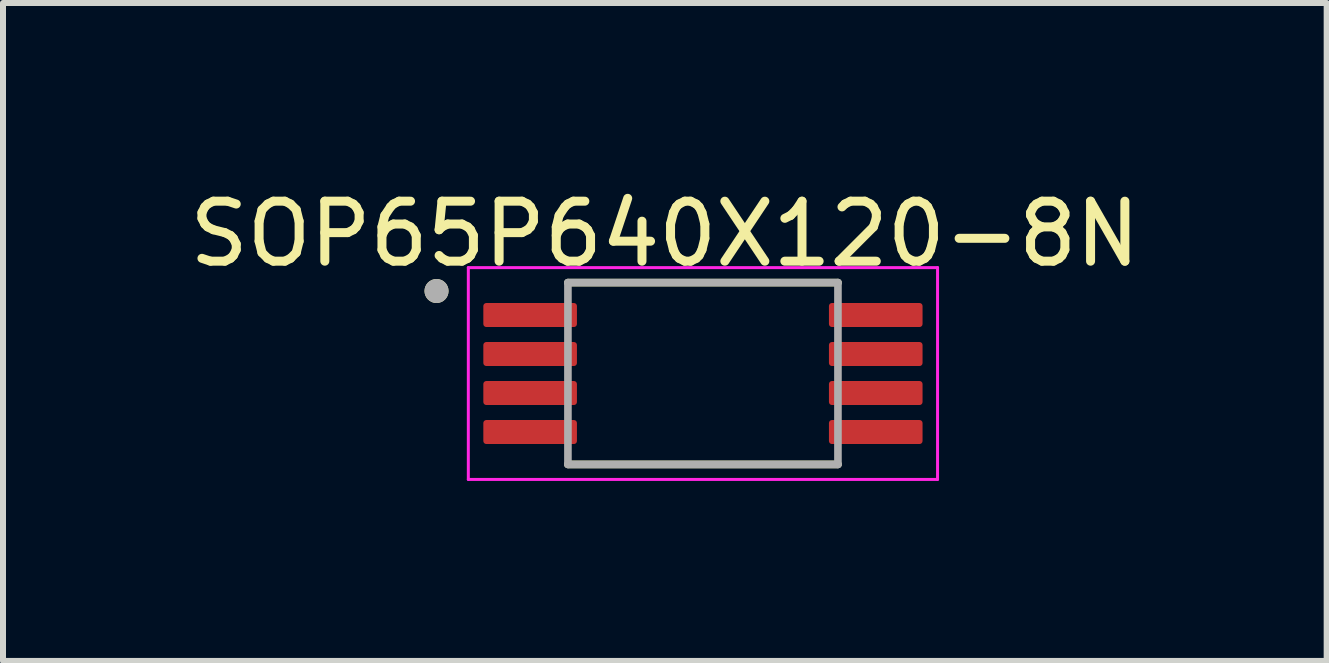
<source format=kicad_pcb>
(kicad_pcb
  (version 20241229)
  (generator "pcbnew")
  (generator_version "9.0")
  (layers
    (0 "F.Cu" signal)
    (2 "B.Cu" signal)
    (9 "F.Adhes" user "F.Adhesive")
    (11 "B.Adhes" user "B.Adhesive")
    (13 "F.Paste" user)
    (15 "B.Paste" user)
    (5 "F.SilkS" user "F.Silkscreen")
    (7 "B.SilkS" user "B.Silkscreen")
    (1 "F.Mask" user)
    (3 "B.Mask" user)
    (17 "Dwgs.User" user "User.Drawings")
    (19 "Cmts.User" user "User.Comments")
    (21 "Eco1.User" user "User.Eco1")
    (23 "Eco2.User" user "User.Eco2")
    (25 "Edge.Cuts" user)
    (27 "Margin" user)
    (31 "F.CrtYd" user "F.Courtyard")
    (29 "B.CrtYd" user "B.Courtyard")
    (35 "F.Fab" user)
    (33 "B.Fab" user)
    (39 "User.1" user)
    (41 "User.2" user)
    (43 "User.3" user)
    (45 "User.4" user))
  (footprint "SOP65P640X120-8N"
    (layer "F.Cu")
    (at 8.665 3.175)
    (property "Reference" "SOP65P640X120-8N" (at -0.635 -2.327 0) (layer "F.SilkS") (effects (font (size 1 1) (thickness 0.15))))
    (attr smd)
    (fp_line (start -2.25 -1.515) (end 2.25 -1.515) (stroke (width 0.127) (type solid)) (layer "F.SilkS"))
    (fp_line (start -2.25 1.515) (end 2.25 1.515) (stroke (width 0.127) (type solid)) (layer "F.SilkS"))
    (fp_circle (center -4.44 -1.375) (end -4.34 -1.375) (stroke (width 0.2) (type solid)) (fill no) (layer "F.SilkS"))
    (fp_line (start -3.91 -1.765) (end -3.91 1.765) (stroke (width 0.05) (type solid)) (layer "F.CrtYd"))
    (fp_line (start -3.91 -1.765) (end 3.91 -1.765) (stroke (width 0.05) (type solid)) (layer "F.CrtYd"))
    (fp_line (start -3.91 1.765) (end 3.91 1.765) (stroke (width 0.05) (type solid)) (layer "F.CrtYd"))
    (fp_line (start 3.91 -1.765) (end 3.91 1.765) (stroke (width 0.05) (type solid)) (layer "F.CrtYd"))
    (fp_line (start -2.25 -1.515) (end -2.25 1.515) (stroke (width 0.127) (type solid)) (layer "F.Fab"))
    (fp_line (start -2.25 -1.515) (end 2.25 -1.515) (stroke (width 0.127) (type solid)) (layer "F.Fab"))
    (fp_line (start -2.25 1.515) (end 2.25 1.515) (stroke (width 0.127) (type solid)) (layer "F.Fab"))
    (fp_line (start 2.25 -1.515) (end 2.25 1.515) (stroke (width 0.127) (type solid)) (layer "F.Fab"))
    (fp_circle (center -4.44 -1.375) (end -4.34 -1.375) (stroke (width 0.2) (type solid)) (fill no) (layer "F.Fab"))
    (pad "1" smd roundrect (at -2.88 -0.975) (size 1.56 0.4) (layers "F.Cu" "F.Mask" "F.Paste") (roundrect_rratio 0.125))
    (pad "2" smd roundrect (at -2.88 -0.325) (size 1.56 0.4) (layers "F.Cu" "F.Mask" "F.Paste") (roundrect_rratio 0.125))
    (pad "3" smd roundrect (at -2.88 0.325) (size 1.56 0.4) (layers "F.Cu" "F.Mask" "F.Paste") (roundrect_rratio 0.125))
    (pad "4" smd roundrect (at -2.88 0.975) (size 1.56 0.4) (layers "F.Cu" "F.Mask" "F.Paste") (roundrect_rratio 0.125))
    (pad "5" smd roundrect (at 2.88 0.975) (size 1.56 0.4) (layers "F.Cu" "F.Mask" "F.Paste") (roundrect_rratio 0.125))
    (pad "6" smd roundrect (at 2.88 0.325) (size 1.56 0.4) (layers "F.Cu" "F.Mask" "F.Paste") (roundrect_rratio 0.125))
    (pad "7" smd roundrect (at 2.88 -0.325) (size 1.56 0.4) (layers "F.Cu" "F.Mask" "F.Paste") (roundrect_rratio 0.125))
    (pad "8" smd roundrect (at 2.88 -0.975) (size 1.56 0.4) (layers "F.Cu" "F.Mask" "F.Paste") (roundrect_rratio 0.125)))
  (gr_rect
    (start -3 -3)
    (end 19.06 7.965)
    (stroke (width 0.1) (type default))
    (fill no)
    (layer "Edge.Cuts")))
</source>
